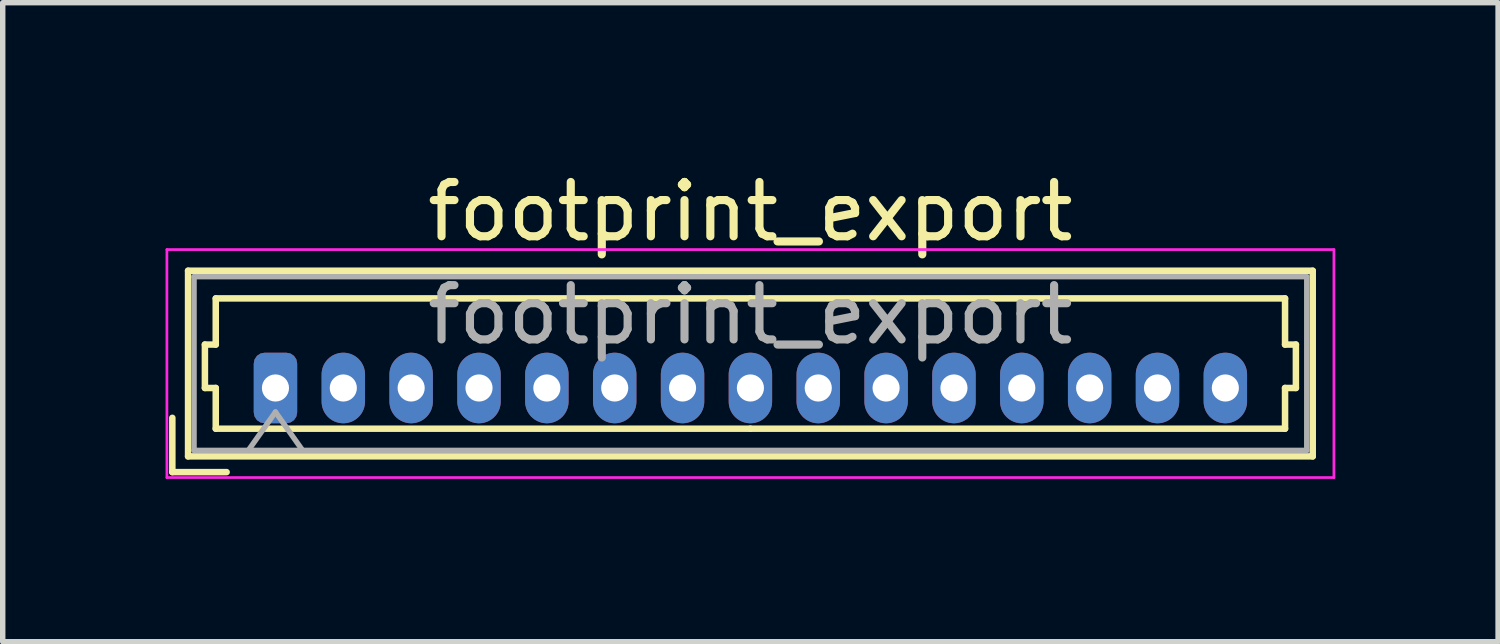
<source format=kicad_pcb>
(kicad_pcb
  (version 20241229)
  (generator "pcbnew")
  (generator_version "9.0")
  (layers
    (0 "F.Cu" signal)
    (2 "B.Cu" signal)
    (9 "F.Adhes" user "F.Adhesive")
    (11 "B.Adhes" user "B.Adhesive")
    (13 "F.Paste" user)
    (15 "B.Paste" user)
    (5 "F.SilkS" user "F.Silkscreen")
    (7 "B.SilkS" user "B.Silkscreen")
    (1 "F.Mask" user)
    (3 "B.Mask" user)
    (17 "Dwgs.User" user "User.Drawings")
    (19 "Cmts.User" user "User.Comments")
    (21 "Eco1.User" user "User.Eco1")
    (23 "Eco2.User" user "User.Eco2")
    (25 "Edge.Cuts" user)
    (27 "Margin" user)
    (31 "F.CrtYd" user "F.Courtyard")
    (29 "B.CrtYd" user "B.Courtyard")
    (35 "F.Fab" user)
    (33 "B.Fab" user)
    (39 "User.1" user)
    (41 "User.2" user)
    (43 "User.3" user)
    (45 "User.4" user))
  (footprint "footprint_export"
    (layer "F.Cu")
    (at 2.025 4.098)
    (property "Reference" "footprint_export" (at 8.75 -3.25 0) (layer "F.SilkS") (effects (font (size 1 1) (thickness 0.15))))
    (attr through_hole)
    (fp_line (start -1.9 1.55) (end -1.9 0.55) (stroke (width 0.12) (type solid)) (layer "F.SilkS"))
    (fp_line (start -1.9 1.55) (end -0.9 1.55) (stroke (width 0.12) (type solid)) (layer "F.SilkS"))
    (fp_line (start -1.61 -2.16) (end -1.61 1.26) (stroke (width 0.12) (type solid)) (layer "F.SilkS"))
    (fp_line (start -1.61 1.26) (end 19.11 1.26) (stroke (width 0.12) (type solid)) (layer "F.SilkS"))
    (fp_line (start -1.3 -0.8) (end -1.1 -0.8) (stroke (width 0.12) (type solid)) (layer "F.SilkS"))
    (fp_line (start -1.3 0) (end -1.3 -0.8) (stroke (width 0.12) (type solid)) (layer "F.SilkS"))
    (fp_line (start -1.1 -1.65) (end 8.75 -1.65) (stroke (width 0.12) (type solid)) (layer "F.SilkS"))
    (fp_line (start -1.1 -0.8) (end -1.1 -1.65) (stroke (width 0.12) (type solid)) (layer "F.SilkS"))
    (fp_line (start -1.1 0) (end -1.3 0) (stroke (width 0.12) (type solid)) (layer "F.SilkS"))
    (fp_line (start -1.1 0.75) (end -1.1 0) (stroke (width 0.12) (type solid)) (layer "F.SilkS"))
    (fp_line (start 8.75 0.75) (end -1.1 0.75) (stroke (width 0.12) (type solid)) (layer "F.SilkS"))
    (fp_line (start 8.75 0.75) (end 18.6 0.75) (stroke (width 0.12) (type solid)) (layer "F.SilkS"))
    (fp_line (start 18.6 -1.65) (end 8.75 -1.65) (stroke (width 0.12) (type solid)) (layer "F.SilkS"))
    (fp_line (start 18.6 -0.8) (end 18.6 -1.65) (stroke (width 0.12) (type solid)) (layer "F.SilkS"))
    (fp_line (start 18.6 0) (end 18.8 0) (stroke (width 0.12) (type solid)) (layer "F.SilkS"))
    (fp_line (start 18.6 0.75) (end 18.6 0) (stroke (width 0.12) (type solid)) (layer "F.SilkS"))
    (fp_line (start 18.8 -0.8) (end 18.6 -0.8) (stroke (width 0.12) (type solid)) (layer "F.SilkS"))
    (fp_line (start 18.8 0) (end 18.8 -0.8) (stroke (width 0.12) (type solid)) (layer "F.SilkS"))
    (fp_line (start 19.11 -2.16) (end -1.61 -2.16) (stroke (width 0.12) (type solid)) (layer "F.SilkS"))
    (fp_line (start 19.11 1.26) (end 19.11 -2.16) (stroke (width 0.12) (type solid)) (layer "F.SilkS"))
    (fp_line (start -2 -2.55) (end -2 1.65) (stroke (width 0.05) (type solid)) (layer "F.CrtYd"))
    (fp_line (start -2 1.65) (end 19.5 1.65) (stroke (width 0.05) (type solid)) (layer "F.CrtYd"))
    (fp_line (start 19.5 -2.55) (end -2 -2.55) (stroke (width 0.05) (type solid)) (layer "F.CrtYd"))
    (fp_line (start 19.5 1.65) (end 19.5 -2.55) (stroke (width 0.05) (type solid)) (layer "F.CrtYd"))
    (fp_line (start -1.5 -2.05) (end -1.5 1.15) (stroke (width 0.1) (type solid)) (layer "F.Fab"))
    (fp_line (start -1.5 1.15) (end 19 1.15) (stroke (width 0.1) (type solid)) (layer "F.Fab"))
    (fp_line (start -0.5 1.15) (end 0 0.443) (stroke (width 0.1) (type solid)) (layer "F.Fab"))
    (fp_line (start 0 0.443) (end 0.5 1.15) (stroke (width 0.1) (type solid)) (layer "F.Fab"))
    (fp_line (start 19 -2.05) (end -1.5 -2.05) (stroke (width 0.1) (type solid)) (layer "F.Fab"))
    (fp_line (start 19 1.15) (end 19 -2.05) (stroke (width 0.1) (type solid)) (layer "F.Fab"))
    (fp_text user "${REFERENCE}" (at 8.75 -1.35 0) (layer "F.Fab") (effects (font (size 1 1) (thickness 0.15))))
    (pad "1" thru_hole roundrect (at 0 0) (size 0.8 1.3) (drill 0.5) (layers "*.Cu" "*.Mask") (roundrect_rratio 0.25))
    (pad "2" thru_hole oval (at 1.25 0) (size 0.8 1.3) (drill 0.5) (layers "*.Cu" "*.Mask"))
    (pad "3" thru_hole oval (at 2.5 0) (size 0.8 1.3) (drill 0.5) (layers "*.Cu" "*.Mask"))
    (pad "4" thru_hole oval (at 3.75 0) (size 0.8 1.3) (drill 0.5) (layers "*.Cu" "*.Mask"))
    (pad "5" thru_hole oval (at 5 0) (size 0.8 1.3) (drill 0.5) (layers "*.Cu" "*.Mask"))
    (pad "6" thru_hole oval (at 6.25 0) (size 0.8 1.3) (drill 0.5) (layers "*.Cu" "*.Mask"))
    (pad "7" thru_hole oval (at 7.5 0) (size 0.8 1.3) (drill 0.5) (layers "*.Cu" "*.Mask"))
    (pad "8" thru_hole oval (at 8.75 0) (size 0.8 1.3) (drill 0.5) (layers "*.Cu" "*.Mask"))
    (pad "9" thru_hole oval (at 10 0) (size 0.8 1.3) (drill 0.5) (layers "*.Cu" "*.Mask"))
    (pad "10" thru_hole oval (at 11.25 0) (size 0.8 1.3) (drill 0.5) (layers "*.Cu" "*.Mask"))
    (pad "11" thru_hole oval (at 12.5 0) (size 0.8 1.3) (drill 0.5) (layers "*.Cu" "*.Mask"))
    (pad "12" thru_hole oval (at 13.75 0) (size 0.8 1.3) (drill 0.5) (layers "*.Cu" "*.Mask"))
    (pad "13" thru_hole oval (at 15 0) (size 0.8 1.3) (drill 0.5) (layers "*.Cu" "*.Mask"))
    (pad "14" thru_hole oval (at 16.25 0) (size 0.8 1.3) (drill 0.5) (layers "*.Cu" "*.Mask"))
    (pad "15" thru_hole oval (at 17.5 0) (size 0.8 1.3) (drill 0.5) (layers "*.Cu" "*.Mask")))
  (gr_rect
    (start -3 -3)
    (end 24.55 8.773)
    (stroke (width 0.1) (type default))
    (fill no)
    (layer "Edge.Cuts")))
</source>
